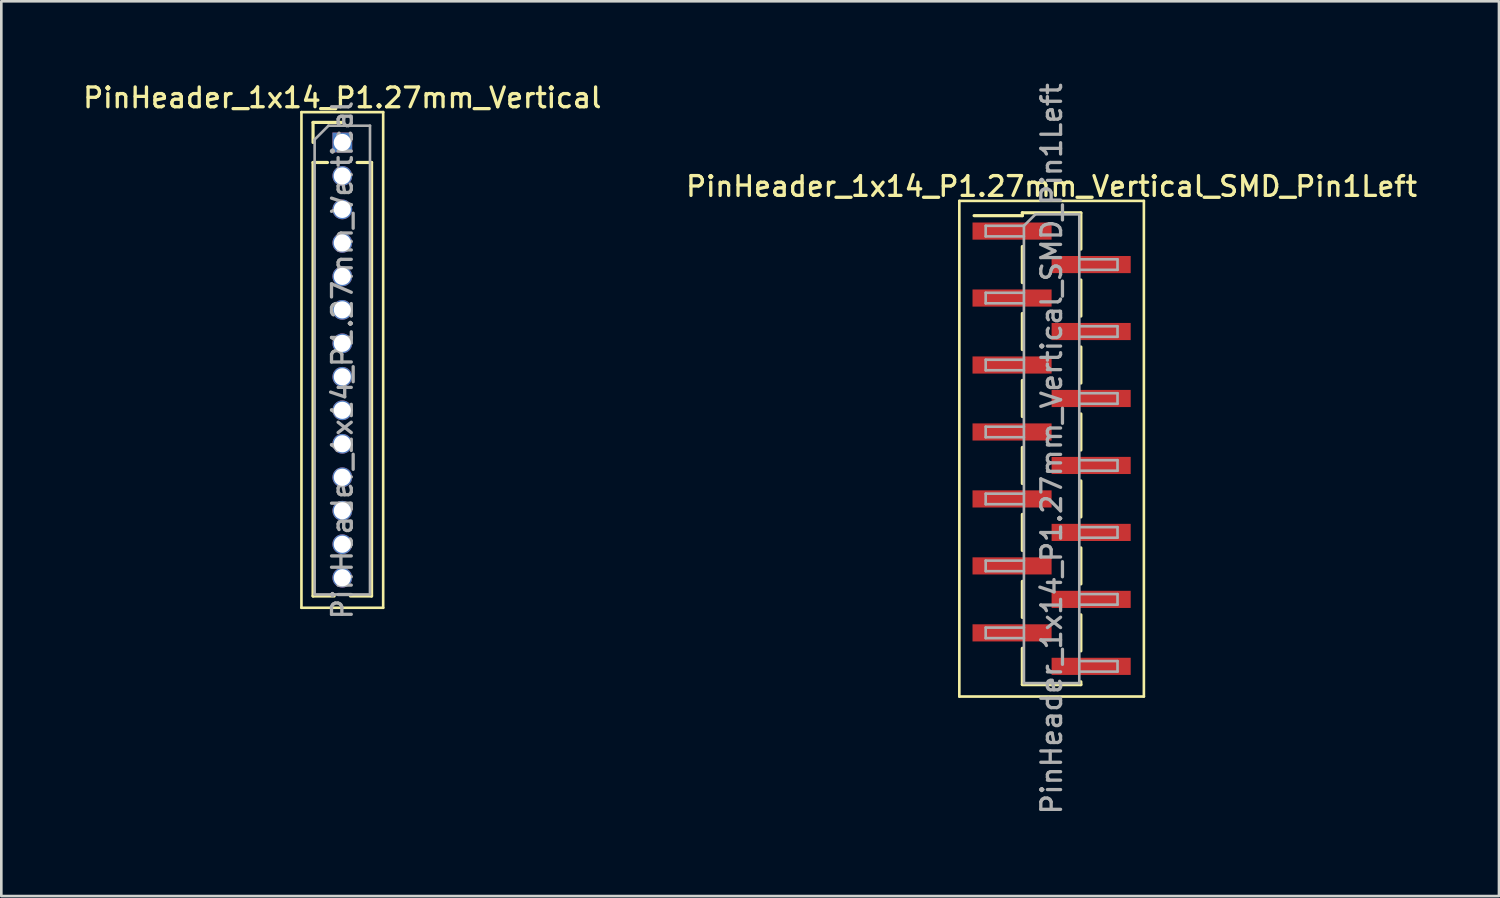
<source format=kicad_pcb>
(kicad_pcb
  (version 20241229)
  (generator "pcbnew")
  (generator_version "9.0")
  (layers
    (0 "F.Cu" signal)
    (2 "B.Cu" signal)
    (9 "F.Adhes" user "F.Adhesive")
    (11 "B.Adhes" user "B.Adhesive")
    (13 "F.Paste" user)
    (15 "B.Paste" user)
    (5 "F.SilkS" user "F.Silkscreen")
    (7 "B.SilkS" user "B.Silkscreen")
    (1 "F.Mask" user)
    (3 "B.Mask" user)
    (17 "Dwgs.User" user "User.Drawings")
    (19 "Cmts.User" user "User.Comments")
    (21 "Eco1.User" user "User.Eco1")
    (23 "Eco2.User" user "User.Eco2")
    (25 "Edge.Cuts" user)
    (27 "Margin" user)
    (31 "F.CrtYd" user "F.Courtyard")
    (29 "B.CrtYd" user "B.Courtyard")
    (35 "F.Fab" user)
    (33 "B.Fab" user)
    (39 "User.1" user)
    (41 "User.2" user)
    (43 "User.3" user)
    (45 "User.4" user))
  (footprint "PinHeader_1x14_P1.27mm_Vertical_SMD_Pin1Left"
    (layer "F.Cu")
    (at 36.838 13.97)
    (property "Reference" "PinHeader_1x14_P1.27mm_Vertical_SMD_Pin1Left" (at 0 -9.95 0) (layer "F.SilkS") (effects (font (size 0.75 0.75) (thickness 0.125))))
    (attr smd)
    (fp_line (start -3.5 -9.4) (end -3.5 9.4) (stroke (width 0.1) (type solid)) (layer "F.SilkS"))
    (fp_line (start -3.5 9.4) (end 3.5 9.4) (stroke (width 0.1) (type solid)) (layer "F.SilkS"))
    (fp_line (start -1.11 -8.95) (end -1.11 -8.84) (stroke (width 0.12) (type solid)) (layer "F.SilkS"))
    (fp_line (start -1.11 -8.95) (end 1.11 -8.95) (stroke (width 0.12) (type solid)) (layer "F.SilkS"))
    (fp_line (start -1.11 -8.84) (end -2.94 -8.84) (stroke (width 0.12) (type solid)) (layer "F.SilkS"))
    (fp_line (start -1.11 -7.67) (end -1.11 -6.3) (stroke (width 0.12) (type solid)) (layer "F.SilkS"))
    (fp_line (start -1.11 -5.13) (end -1.11 -3.76) (stroke (width 0.12) (type solid)) (layer "F.SilkS"))
    (fp_line (start -1.11 -2.59) (end -1.11 -1.22) (stroke (width 0.12) (type solid)) (layer "F.SilkS"))
    (fp_line (start -1.11 -0.05) (end -1.11 1.32) (stroke (width 0.12) (type solid)) (layer "F.SilkS"))
    (fp_line (start -1.11 2.49) (end -1.11 3.86) (stroke (width 0.12) (type solid)) (layer "F.SilkS"))
    (fp_line (start -1.11 5.03) (end -1.11 6.4) (stroke (width 0.12) (type solid)) (layer "F.SilkS"))
    (fp_line (start -1.11 7.57) (end -1.11 8.94) (stroke (width 0.12) (type solid)) (layer "F.SilkS"))
    (fp_line (start -1.11 8.95) (end 1.11 8.95) (stroke (width 0.12) (type solid)) (layer "F.SilkS"))
    (fp_line (start 1.11 -8.94) (end 1.11 -7.57) (stroke (width 0.12) (type solid)) (layer "F.SilkS"))
    (fp_line (start 1.11 -6.4) (end 1.11 -5.03) (stroke (width 0.12) (type solid)) (layer "F.SilkS"))
    (fp_line (start 1.11 -3.86) (end 1.11 -2.49) (stroke (width 0.12) (type solid)) (layer "F.SilkS"))
    (fp_line (start 1.11 -1.32) (end 1.11 0.05) (stroke (width 0.12) (type solid)) (layer "F.SilkS"))
    (fp_line (start 1.11 1.22) (end 1.11 2.59) (stroke (width 0.12) (type solid)) (layer "F.SilkS"))
    (fp_line (start 1.11 3.76) (end 1.11 5.13) (stroke (width 0.12) (type solid)) (layer "F.SilkS"))
    (fp_line (start 1.11 6.3) (end 1.11 7.67) (stroke (width 0.12) (type solid)) (layer "F.SilkS"))
    (fp_line (start 1.11 8.84) (end 1.11 8.95) (stroke (width 0.12) (type solid)) (layer "F.SilkS"))
    (fp_line (start 3.5 -9.4) (end -3.5 -9.4) (stroke (width 0.1) (type solid)) (layer "F.SilkS"))
    (fp_line (start 3.5 9.4) (end 3.5 -9.4) (stroke (width 0.1) (type solid)) (layer "F.SilkS"))
    (fp_line (start -2.5 -8.455) (end -2.5 -8.055) (stroke (width 0.1) (type solid)) (layer "F.Fab"))
    (fp_line (start -2.5 -8.055) (end -1.05 -8.055) (stroke (width 0.1) (type solid)) (layer "F.Fab"))
    (fp_line (start -2.5 -5.915) (end -2.5 -5.515) (stroke (width 0.1) (type solid)) (layer "F.Fab"))
    (fp_line (start -2.5 -5.515) (end -1.05 -5.515) (stroke (width 0.1) (type solid)) (layer "F.Fab"))
    (fp_line (start -2.5 -3.375) (end -2.5 -2.975) (stroke (width 0.1) (type solid)) (layer "F.Fab"))
    (fp_line (start -2.5 -2.975) (end -1.05 -2.975) (stroke (width 0.1) (type solid)) (layer "F.Fab"))
    (fp_line (start -2.5 -0.835) (end -2.5 -0.435) (stroke (width 0.1) (type solid)) (layer "F.Fab"))
    (fp_line (start -2.5 -0.435) (end -1.05 -0.435) (stroke (width 0.1) (type solid)) (layer "F.Fab"))
    (fp_line (start -2.5 1.705) (end -2.5 2.105) (stroke (width 0.1) (type solid)) (layer "F.Fab"))
    (fp_line (start -2.5 2.105) (end -1.05 2.105) (stroke (width 0.1) (type solid)) (layer "F.Fab"))
    (fp_line (start -2.5 4.245) (end -2.5 4.645) (stroke (width 0.1) (type solid)) (layer "F.Fab"))
    (fp_line (start -2.5 4.645) (end -1.05 4.645) (stroke (width 0.1) (type solid)) (layer "F.Fab"))
    (fp_line (start -2.5 6.785) (end -2.5 7.185) (stroke (width 0.1) (type solid)) (layer "F.Fab"))
    (fp_line (start -2.5 7.185) (end -1.05 7.185) (stroke (width 0.1) (type solid)) (layer "F.Fab"))
    (fp_line (start -1.05 -8.455) (end -2.5 -8.455) (stroke (width 0.1) (type solid)) (layer "F.Fab"))
    (fp_line (start -1.05 -8.455) (end -0.615 -8.89) (stroke (width 0.1) (type solid)) (layer "F.Fab"))
    (fp_line (start -1.05 -5.915) (end -2.5 -5.915) (stroke (width 0.1) (type solid)) (layer "F.Fab"))
    (fp_line (start -1.05 -3.375) (end -2.5 -3.375) (stroke (width 0.1) (type solid)) (layer "F.Fab"))
    (fp_line (start -1.05 -0.835) (end -2.5 -0.835) (stroke (width 0.1) (type solid)) (layer "F.Fab"))
    (fp_line (start -1.05 1.705) (end -2.5 1.705) (stroke (width 0.1) (type solid)) (layer "F.Fab"))
    (fp_line (start -1.05 4.245) (end -2.5 4.245) (stroke (width 0.1) (type solid)) (layer "F.Fab"))
    (fp_line (start -1.05 6.785) (end -2.5 6.785) (stroke (width 0.1) (type solid)) (layer "F.Fab"))
    (fp_line (start -1.05 8.89) (end -1.05 -8.455) (stroke (width 0.1) (type solid)) (layer "F.Fab"))
    (fp_line (start -0.615 -8.89) (end 1.05 -8.89) (stroke (width 0.1) (type solid)) (layer "F.Fab"))
    (fp_line (start 1.05 -8.89) (end 1.05 8.89) (stroke (width 0.1) (type solid)) (layer "F.Fab"))
    (fp_line (start 1.05 -7.185) (end 2.5 -7.185) (stroke (width 0.1) (type solid)) (layer "F.Fab"))
    (fp_line (start 1.05 -4.645) (end 2.5 -4.645) (stroke (width 0.1) (type solid)) (layer "F.Fab"))
    (fp_line (start 1.05 -2.105) (end 2.5 -2.105) (stroke (width 0.1) (type solid)) (layer "F.Fab"))
    (fp_line (start 1.05 0.435) (end 2.5 0.435) (stroke (width 0.1) (type solid)) (layer "F.Fab"))
    (fp_line (start 1.05 2.975) (end 2.5 2.975) (stroke (width 0.1) (type solid)) (layer "F.Fab"))
    (fp_line (start 1.05 5.515) (end 2.5 5.515) (stroke (width 0.1) (type solid)) (layer "F.Fab"))
    (fp_line (start 1.05 8.055) (end 2.5 8.055) (stroke (width 0.1) (type solid)) (layer "F.Fab"))
    (fp_line (start 1.05 8.89) (end -1.05 8.89) (stroke (width 0.1) (type solid)) (layer "F.Fab"))
    (fp_line (start 2.5 -7.185) (end 2.5 -6.785) (stroke (width 0.1) (type solid)) (layer "F.Fab"))
    (fp_line (start 2.5 -6.785) (end 1.05 -6.785) (stroke (width 0.1) (type solid)) (layer "F.Fab"))
    (fp_line (start 2.5 -4.645) (end 2.5 -4.245) (stroke (width 0.1) (type solid)) (layer "F.Fab"))
    (fp_line (start 2.5 -4.245) (end 1.05 -4.245) (stroke (width 0.1) (type solid)) (layer "F.Fab"))
    (fp_line (start 2.5 -2.105) (end 2.5 -1.705) (stroke (width 0.1) (type solid)) (layer "F.Fab"))
    (fp_line (start 2.5 -1.705) (end 1.05 -1.705) (stroke (width 0.1) (type solid)) (layer "F.Fab"))
    (fp_line (start 2.5 0.435) (end 2.5 0.835) (stroke (width 0.1) (type solid)) (layer "F.Fab"))
    (fp_line (start 2.5 0.835) (end 1.05 0.835) (stroke (width 0.1) (type solid)) (layer "F.Fab"))
    (fp_line (start 2.5 2.975) (end 2.5 3.375) (stroke (width 0.1) (type solid)) (layer "F.Fab"))
    (fp_line (start 2.5 3.375) (end 1.05 3.375) (stroke (width 0.1) (type solid)) (layer "F.Fab"))
    (fp_line (start 2.5 5.515) (end 2.5 5.915) (stroke (width 0.1) (type solid)) (layer "F.Fab"))
    (fp_line (start 2.5 5.915) (end 1.05 5.915) (stroke (width 0.1) (type solid)) (layer "F.Fab"))
    (fp_line (start 2.5 8.055) (end 2.5 8.455) (stroke (width 0.1) (type solid)) (layer "F.Fab"))
    (fp_line (start 2.5 8.455) (end 1.05 8.455) (stroke (width 0.1) (type solid)) (layer "F.Fab"))
    (fp_text user "${REFERENCE}" (at 0 0 90) (layer "F.Fab") (effects (font (size 0.75 0.75) (thickness 0.125))))
    (pad "1" smd rect (at -1.5 -8.255) (size 3 0.65) (layers "F.Cu" "F.Mask" "F.Paste"))
    (pad "2" smd rect (at 1.5 -6.985) (size 3 0.65) (layers "F.Cu" "F.Mask" "F.Paste"))
    (pad "3" smd rect (at -1.5 -5.715) (size 3 0.65) (layers "F.Cu" "F.Mask" "F.Paste"))
    (pad "4" smd rect (at 1.5 -4.445) (size 3 0.65) (layers "F.Cu" "F.Mask" "F.Paste"))
    (pad "5" smd rect (at -1.5 -3.175) (size 3 0.65) (layers "F.Cu" "F.Mask" "F.Paste"))
    (pad "6" smd rect (at 1.5 -1.905) (size 3 0.65) (layers "F.Cu" "F.Mask" "F.Paste"))
    (pad "7" smd rect (at -1.5 -0.635) (size 3 0.65) (layers "F.Cu" "F.Mask" "F.Paste"))
    (pad "8" smd rect (at 1.5 0.635) (size 3 0.65) (layers "F.Cu" "F.Mask" "F.Paste"))
    (pad "9" smd rect (at -1.5 1.905) (size 3 0.65) (layers "F.Cu" "F.Mask" "F.Paste"))
    (pad "10" smd rect (at 1.5 3.175) (size 3 0.65) (layers "F.Cu" "F.Mask" "F.Paste"))
    (pad "11" smd rect (at -1.5 4.445) (size 3 0.65) (layers "F.Cu" "F.Mask" "F.Paste"))
    (pad "12" smd rect (at 1.5 5.715) (size 3 0.65) (layers "F.Cu" "F.Mask" "F.Paste"))
    (pad "13" smd rect (at -1.5 6.985) (size 3 0.65) (layers "F.Cu" "F.Mask" "F.Paste"))
    (pad "14" smd rect (at 1.5 8.255) (size 3 0.65) (layers "F.Cu" "F.Mask" "F.Paste")))
  (footprint "PinHeader_1x14_P1.27mm_Vertical"
    (layer "F.Cu")
    (at 9.934 2.353)
    (property "Reference" "PinHeader_1x14_P1.27mm_Vertical" (at 0 -1.695 0) (layer "F.SilkS") (effects (font (size 0.75 0.75) (thickness 0.125))))
    (attr through_hole)
    (fp_line (start -1.55 -1.15) (end -1.55 17.65) (stroke (width 0.1) (type solid)) (layer "F.SilkS"))
    (fp_line (start -1.55 17.65) (end 1.55 17.65) (stroke (width 0.1) (type solid)) (layer "F.SilkS"))
    (fp_line (start -1.11 -0.76) (end 0 -0.76) (stroke (width 0.12) (type solid)) (layer "F.SilkS"))
    (fp_line (start -1.11 0) (end -1.11 -0.76) (stroke (width 0.12) (type solid)) (layer "F.SilkS"))
    (fp_line (start -1.11 0.76) (end -1.11 17.205) (stroke (width 0.12) (type solid)) (layer "F.SilkS"))
    (fp_line (start -1.11 0.76) (end -0.563 0.76) (stroke (width 0.12) (type solid)) (layer "F.SilkS"))
    (fp_line (start -1.11 17.205) (end -0.308 17.205) (stroke (width 0.12) (type solid)) (layer "F.SilkS"))
    (fp_line (start 0.308 17.205) (end 1.11 17.205) (stroke (width 0.12) (type solid)) (layer "F.SilkS"))
    (fp_line (start 0.563 0.76) (end 1.11 0.76) (stroke (width 0.12) (type solid)) (layer "F.SilkS"))
    (fp_line (start 1.11 0.76) (end 1.11 17.205) (stroke (width 0.12) (type solid)) (layer "F.SilkS"))
    (fp_line (start 1.55 -1.15) (end -1.55 -1.15) (stroke (width 0.1) (type solid)) (layer "F.SilkS"))
    (fp_line (start 1.55 17.65) (end 1.55 -1.15) (stroke (width 0.1) (type solid)) (layer "F.SilkS"))
    (fp_line (start -1.05 -0.11) (end -0.525 -0.635) (stroke (width 0.1) (type solid)) (layer "F.Fab"))
    (fp_line (start -1.05 17.145) (end -1.05 -0.11) (stroke (width 0.1) (type solid)) (layer "F.Fab"))
    (fp_line (start -0.525 -0.635) (end 1.05 -0.635) (stroke (width 0.1) (type solid)) (layer "F.Fab"))
    (fp_line (start 1.05 -0.635) (end 1.05 17.145) (stroke (width 0.1) (type solid)) (layer "F.Fab"))
    (fp_line (start 1.05 17.145) (end -1.05 17.145) (stroke (width 0.1) (type solid)) (layer "F.Fab"))
    (fp_text user "${REFERENCE}" (at 0 8.255 90) (layer "F.Fab") (effects (font (size 0.75 0.75) (thickness 0.125))))
    (pad "1" thru_hole rect (at 0 0) (size 0.75 0.75) (drill 0.65) (layers "*.Cu" "*.Mask"))
    (pad "2" thru_hole oval (at 0 1.27) (size 0.75 0.75) (drill 0.65) (layers "*.Cu" "*.Mask"))
    (pad "3" thru_hole oval (at 0 2.54) (size 0.75 0.75) (drill 0.65) (layers "*.Cu" "*.Mask"))
    (pad "4" thru_hole oval (at 0 3.81) (size 0.75 0.75) (drill 0.65) (layers "*.Cu" "*.Mask"))
    (pad "5" thru_hole oval (at 0 5.08) (size 0.75 0.75) (drill 0.65) (layers "*.Cu" "*.Mask"))
    (pad "6" thru_hole oval (at 0 6.35) (size 0.75 0.75) (drill 0.65) (layers "*.Cu" "*.Mask"))
    (pad "7" thru_hole oval (at 0 7.62) (size 0.75 0.75) (drill 0.65) (layers "*.Cu" "*.Mask"))
    (pad "8" thru_hole oval (at 0 8.89) (size 0.75 0.75) (drill 0.65) (layers "*.Cu" "*.Mask"))
    (pad "9" thru_hole oval (at 0 10.16) (size 0.75 0.75) (drill 0.65) (layers "*.Cu" "*.Mask"))
    (pad "10" thru_hole oval (at 0 11.43) (size 0.75 0.75) (drill 0.65) (layers "*.Cu" "*.Mask"))
    (pad "11" thru_hole oval (at 0 12.7) (size 0.75 0.75) (drill 0.65) (layers "*.Cu" "*.Mask"))
    (pad "12" thru_hole oval (at 0 13.97) (size 0.75 0.75) (drill 0.65) (layers "*.Cu" "*.Mask"))
    (pad "13" thru_hole oval (at 0 15.24) (size 0.75 0.75) (drill 0.65) (layers "*.Cu" "*.Mask"))
    (pad "14" thru_hole oval (at 0 16.51) (size 0.75 0.75) (drill 0.65) (layers "*.Cu" "*.Mask")))
  (gr_rect
    (start -3 -3)
    (end 53.807 30.939)
    (stroke (width 0.1) (type default))
    (fill no)
    (layer "Edge.Cuts")))
</source>
